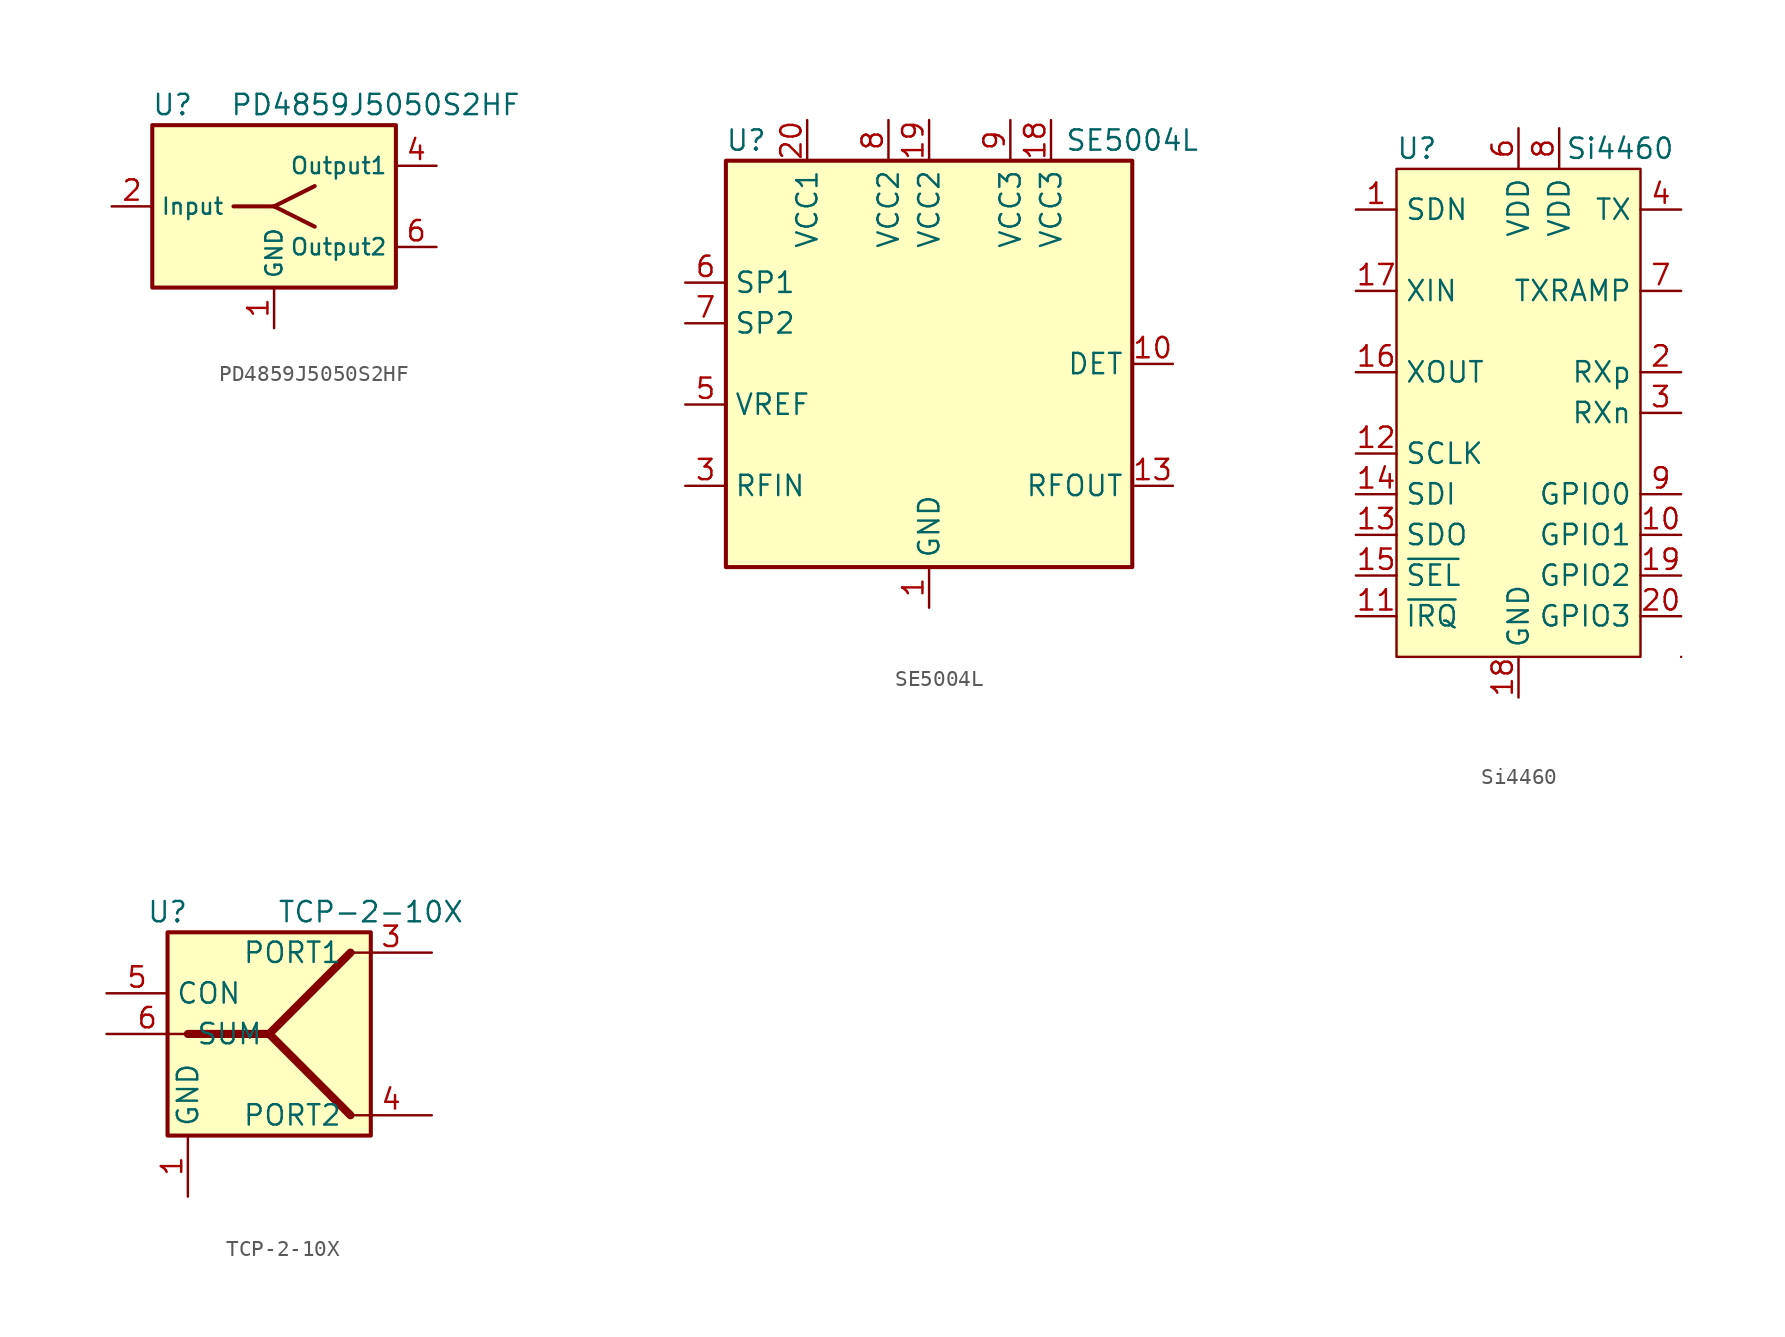
<source format=kicad_sym>
(kicad_symbol_lib
  (version 20211014)
  (generator kicad_symbol_editor)
  (symbol "PD4859J5050S2HF"
    (property "Reference" "U"
      (at -6.35 6.35 0)
      (effects (font (size 1.27 1.27))))
    (property "Value" "PD4859J5050S2HF"
      (at 6.35 6.35 0)
      (effects (font (size 1.27 1.27))))
    (symbol "PD4859J5050S2HF_0_1"
      (rectangle (start -7.62 5.08) (end 7.62 -5.08) (stroke (width 0.254) (type default) (color 0 0 0 0)) (fill (type background)))
      (polyline (pts (xy -2.54 0) (xy 0 0)) (stroke (width 0.254) (type default) (color 0 0 0 0)) (fill (type none)))
      (polyline (pts (xy 0 0) (xy 2.54 -1.27)) (stroke (width 0.254) (type default) (color 0 0 0 0)) (fill (type none)))
      (polyline (pts (xy 0 0) (xy 2.54 1.27)) (stroke (width 0.254) (type default) (color 0 0 0 0)) (fill (type none))))
    (symbol "PD4859J5050S2HF_1_1"
      (pin power_in line (at 0 -7.62 90) (length 2.54) (name "GND" (effects (font (size 1.016 1.016)))) (number "1" (effects (font (size 1.27 1.27)))))
      (pin input line (at -10.16 0 0) (length 2.54) (name "Input" (effects (font (size 1.016 1.016)))) (number "2" (effects (font (size 1.27 1.27)))))
      (pin passive line (at 0 -7.62 90) (length 2.54) hide (name "GND" (effects (font (size 1.016 1.016)))) (number "3" (effects (font (size 1.27 1.27)))))
      (pin output line (at 10.16 2.54 180) (length 2.54) (name "Output1" (effects (font (size 1.016 1.016)))) (number "4" (effects (font (size 1.27 1.27)))))
      (pin passive line (at 0 -7.62 90) (length 2.54) hide (name "GND" (effects (font (size 1.016 1.016)))) (number "5" (effects (font (size 1.27 1.27)))))
      (pin output line (at 10.16 -2.54 180) (length 2.54) (name "Output2" (effects (font (size 1.016 1.016)))) (number "6" (effects (font (size 1.27 1.27)))))))
  (symbol "SE5004L"
    (property "Reference" "U"
      (at -11.43 13.97 0)
      (effects (font (size 1.27 1.27))))
    (property "Value" "SE5004L"
      (at 12.7 13.97 0)
      (effects (font (size 1.27 1.27))))
    (symbol "SE5004L_0_1"
      (rectangle (start -12.7 12.7) (end 12.7 -12.7) (stroke (width 0.254) (type default) (color 0 0 0 0)) (fill (type background))))
    (symbol "SE5004L_1_1"
      (pin power_in line (at 0 -15.24 90) (length 2.54) (name "GND" (effects (font (size 1.27 1.27)))) (number "1" (effects (font (size 1.27 1.27)))))
      (pin output line (at 15.24 0 180) (length 2.54) (name "DET" (effects (font (size 1.27 1.27)))) (number "10" (effects (font (size 1.27 1.27)))))
      (pin passive line (at 0 -15.24 90) (length 2.54) hide (name "GND" (effects (font (size 1.27 1.27)))) (number "11" (effects (font (size 1.27 1.27)))))
      (pin passive line (at 0 -15.24 90) (length 2.54) hide (name "GND" (effects (font (size 1.27 1.27)))) (number "12" (effects (font (size 1.27 1.27)))))
      (pin output line (at 15.24 -7.62 180) (length 2.54) (name "RFOUT" (effects (font (size 1.27 1.27)))) (number "13" (effects (font (size 1.27 1.27)))))
      (pin passive line (at 0 -15.24 90) (length 2.54) hide (name "GND" (effects (font (size 1.27 1.27)))) (number "14" (effects (font (size 1.27 1.27)))))
      (pin passive line (at 0 -15.24 90) (length 2.54) hide (name "GND" (effects (font (size 1.27 1.27)))) (number "15" (effects (font (size 1.27 1.27)))))
      (pin passive line (at 0 -15.24 90) (length 2.54) hide (name "GND" (effects (font (size 1.27 1.27)))) (number "16" (effects (font (size 1.27 1.27)))))
      (pin passive line (at 0 -15.24 90) (length 2.54) hide (name "GND" (effects (font (size 1.27 1.27)))) (number "17" (effects (font (size 1.27 1.27)))))
      (pin power_in line (at 7.62 15.24 270) (length 2.54) (name "VCC3" (effects (font (size 1.27 1.27)))) (number "18" (effects (font (size 1.27 1.27)))))
      (pin power_in line (at 0 15.24 270) (length 2.54) (name "VCC2" (effects (font (size 1.27 1.27)))) (number "19" (effects (font (size 1.27 1.27)))))
      (pin passive line (at 0 -15.24 90) (length 2.54) hide (name "GND" (effects (font (size 1.27 1.27)))) (number "2" (effects (font (size 1.27 1.27)))))
      (pin power_in line (at -7.62 15.24 270) (length 2.54) (name "VCC1" (effects (font (size 1.27 1.27)))) (number "20" (effects (font (size 1.27 1.27)))))
      (pin passive line (at 0 -15.24 90) (length 2.54) hide (name "GND" (effects (font (size 1.27 1.27)))) (number "21" (effects (font (size 1.27 1.27)))))
      (pin input line (at -15.24 -7.62 0) (length 2.54) (name "RFIN" (effects (font (size 1.27 1.27)))) (number "3" (effects (font (size 1.27 1.27)))))
      (pin passive line (at 0 -15.24 90) (length 2.54) hide (name "GND" (effects (font (size 1.27 1.27)))) (number "4" (effects (font (size 1.27 1.27)))))
      (pin input line (at -15.24 -2.54 0) (length 2.54) (name "VREF" (effects (font (size 1.27 1.27)))) (number "5" (effects (font (size 1.27 1.27)))))
      (pin passive line (at -15.24 5.08 0) (length 2.54) (name "SP1" (effects (font (size 1.27 1.27)))) (number "6" (effects (font (size 1.27 1.27)))))
      (pin passive line (at -15.24 2.54 0) (length 2.54) (name "SP2" (effects (font (size 1.27 1.27)))) (number "7" (effects (font (size 1.27 1.27)))))
      (pin power_in line (at -2.54 15.24 270) (length 2.54) (name "VCC2" (effects (font (size 1.27 1.27)))) (number "8" (effects (font (size 1.27 1.27)))))
      (pin power_in line (at 5.08 15.24 270) (length 2.54) (name "VCC3" (effects (font (size 1.27 1.27)))) (number "9" (effects (font (size 1.27 1.27)))))))
  (symbol "Si4460"
    (property "Reference" "U"
      (at -6.35 16.51 0)
      (effects (font (size 1.27 1.27))))
    (property "Value" "Si4460"
      (at 6.35 16.51 0)
      (effects (font (size 1.27 1.27))))
    (symbol "Si4460_0_1"
      (rectangle (start -7.62 15.24) (end 7.62 -15.24) (stroke (width 0) (type default) (color 0 0 0 0)) (fill (type background)))
      (rectangle (start 10.16 -15.24) (end 10.16 -15.24) (stroke (width 0) (type default) (color 0 0 0 0)) (fill (type none))))
    (symbol "Si4460_1_1"
      (pin input line (at -10.16 12.7 0) (length 2.54) (name "SDN" (effects (font (size 1.27 1.27)))) (number "1" (effects (font (size 1.27 1.27)))))
      (pin bidirectional line (at 10.16 -7.62 180) (length 2.54) (name "GPIO1" (effects (font (size 1.27 1.27)))) (number "10" (effects (font (size 1.27 1.27)))))
      (pin open_collector line (at -10.16 -12.7 0) (length 2.54) (name "~{IRQ}" (effects (font (size 1.27 1.27)))) (number "11" (effects (font (size 1.27 1.27)))))
      (pin input line (at -10.16 -2.54 0) (length 2.54) (name "SCLK" (effects (font (size 1.27 1.27)))) (number "12" (effects (font (size 1.27 1.27)))))
      (pin output line (at -10.16 -7.62 0) (length 2.54) (name "SDO" (effects (font (size 1.27 1.27)))) (number "13" (effects (font (size 1.27 1.27)))))
      (pin input line (at -10.16 -5.08 0) (length 2.54) (name "SDI" (effects (font (size 1.27 1.27)))) (number "14" (effects (font (size 1.27 1.27)))))
      (pin input line (at -10.16 -10.16 0) (length 2.54) (name "~{SEL}" (effects (font (size 1.27 1.27)))) (number "15" (effects (font (size 1.27 1.27)))))
      (pin passive line (at -10.16 2.54 0) (length 2.54) (name "XOUT" (effects (font (size 1.27 1.27)))) (number "16" (effects (font (size 1.27 1.27)))))
      (pin input line (at -10.16 7.62 0) (length 2.54) (name "XIN" (effects (font (size 1.27 1.27)))) (number "17" (effects (font (size 1.27 1.27)))))
      (pin power_in line (at 0 -17.78 90) (length 2.54) (name "GND" (effects (font (size 1.27 1.27)))) (number "18" (effects (font (size 1.27 1.27)))))
      (pin bidirectional line (at 10.16 -10.16 180) (length 2.54) (name "GPIO2" (effects (font (size 1.27 1.27)))) (number "19" (effects (font (size 1.27 1.27)))))
      (pin input line (at 10.16 2.54 180) (length 2.54) (name "RXp" (effects (font (size 1.27 1.27)))) (number "2" (effects (font (size 1.27 1.27)))))
      (pin bidirectional line (at 10.16 -12.7 180) (length 2.54) (name "GPIO3" (effects (font (size 1.27 1.27)))) (number "20" (effects (font (size 1.27 1.27)))))
      (pin power_in line (at 0 -17.78 90) (length 2.54) hide (name "GND" (effects (font (size 1.27 1.27)))) (number "21" (effects (font (size 1.27 1.27)))))
      (pin input line (at 10.16 0 180) (length 2.54) (name "RXn" (effects (font (size 1.27 1.27)))) (number "3" (effects (font (size 1.27 1.27)))))
      (pin output line (at 10.16 12.7 180) (length 2.54) (name "TX" (effects (font (size 1.27 1.27)))) (number "4" (effects (font (size 1.27 1.27)))))
      (pin no_connect line (at 7.62 -15.24 180) (length 2.54) hide (name "NC" (effects (font (size 1.27 1.27)))) (number "5" (effects (font (size 1.27 1.27)))))
      (pin power_in line (at 0 17.78 270) (length 2.54) (name "VDD" (effects (font (size 1.27 1.27)))) (number "6" (effects (font (size 1.27 1.27)))))
      (pin output line (at 10.16 7.62 180) (length 2.54) (name "TXRAMP" (effects (font (size 1.27 1.27)))) (number "7" (effects (font (size 1.27 1.27)))))
      (pin power_in line (at 2.54 17.78 270) (length 2.54) (name "VDD" (effects (font (size 1.27 1.27)))) (number "8" (effects (font (size 1.27 1.27)))))
      (pin bidirectional line (at 10.16 -5.08 180) (length 2.54) (name "GPIO0" (effects (font (size 1.27 1.27)))) (number "9" (effects (font (size 1.27 1.27)))))))
  (symbol "TCP-2-10X"
    (property "Reference" "U"
      (at -6.35 7.62 0)
      (effects (font (size 1.27 1.27))))
    (property "Value" "TCP-2-10X"
      (at 6.35 7.62 0)
      (effects (font (size 1.27 1.27))))
    (symbol "TCP-2-10X_0_1"
      (rectangle (start -6.35 6.35) (end 6.35 -6.35) (stroke (width 0.254) (type default) (color 0 0 0 0)) (fill (type background)))
      (polyline (pts (xy 0 0) (xy 5.08 -5.08)) (stroke (width 0.508) (type default) (color 0 0 0 0)) (fill (type none)))
      (polyline (pts (xy -5.08 0) (xy 0 0) (xy 5.08 5.08)) (stroke (width 0.508) (type default) (color 0 0 0 0)) (fill (type none))))
    (symbol "TCP-2-10X_1_1"
      (pin passive line (at -5.08 -10.16 90) (length 3.81) (name "GND" (effects (font (size 1.27 1.27)))) (number "1" (effects (font (size 1.27 1.27)))))
      (pin passive line (at -10.16 2.54 0) (length 3.81) hide (name "CON" (effects (font (size 1.27 1.27)))) (number "2" (effects (font (size 1.27 1.27)))))
      (pin passive line (at 10.16 5.08 180) (length 5.08) (name "PORT1" (effects (font (size 1.27 1.27)))) (number "3" (effects (font (size 1.27 1.27)))))
      (pin passive line (at 10.16 -5.08 180) (length 5.08) (name "PORT2" (effects (font (size 1.27 1.27)))) (number "4" (effects (font (size 1.27 1.27)))))
      (pin passive line (at -10.16 2.54 0) (length 3.81) (name "CON" (effects (font (size 1.27 1.27)))) (number "5" (effects (font (size 1.27 1.27)))))
      (pin passive line (at -10.16 0 0) (length 5.08) (name "SUM" (effects (font (size 1.27 1.27)))) (number "6" (effects (font (size 1.27 1.27))))))))
</source>
